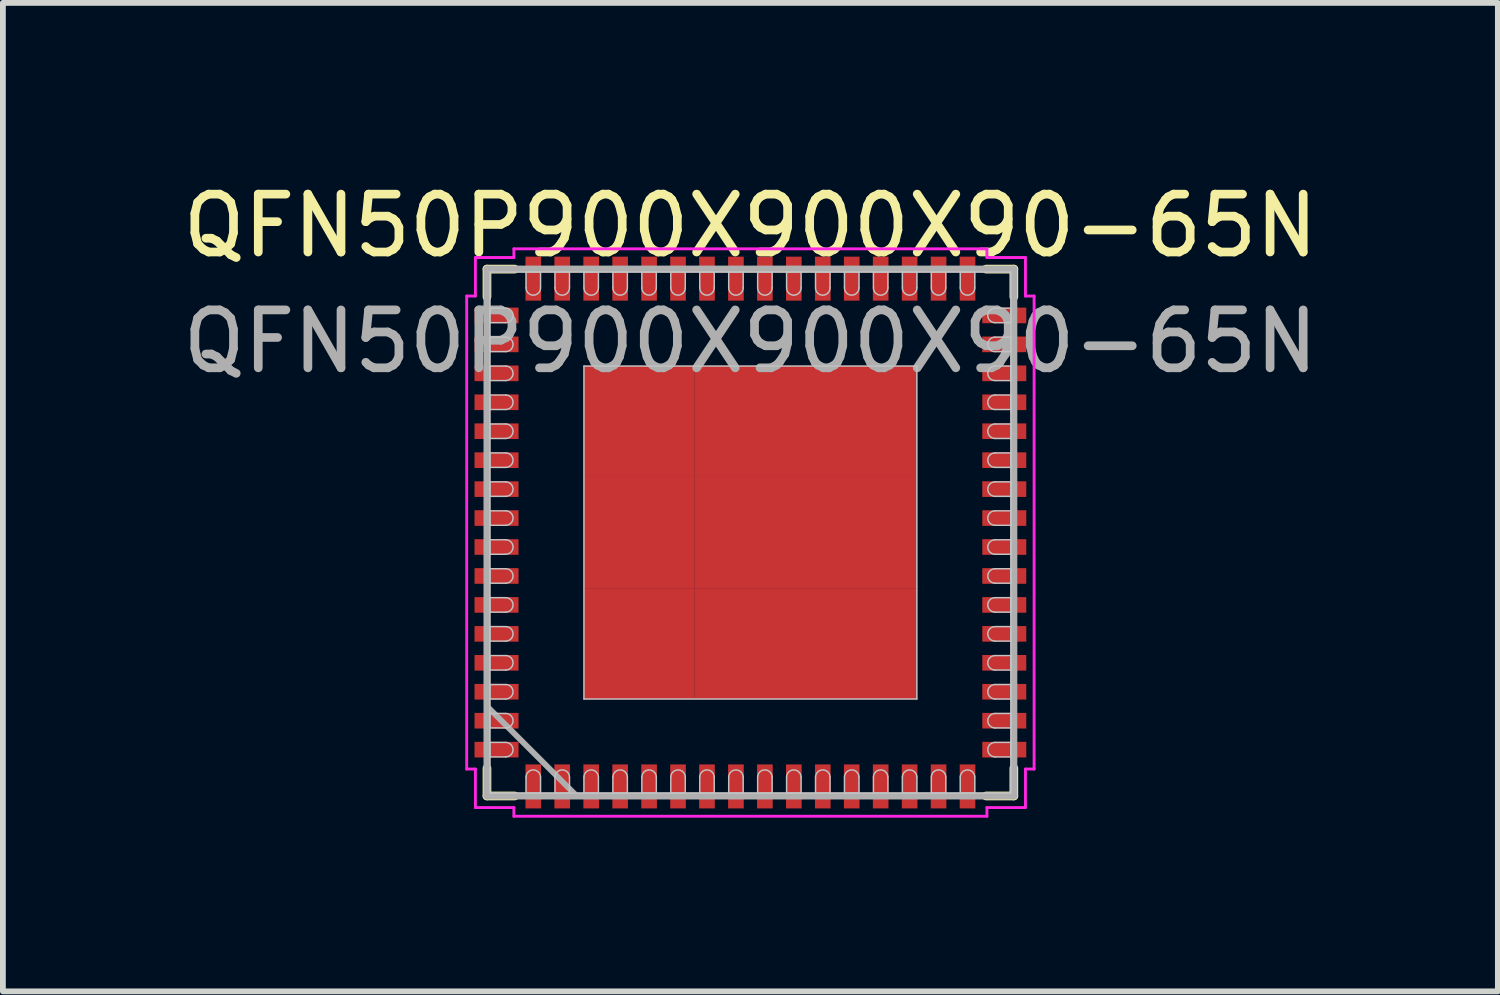
<source format=kicad_pcb>
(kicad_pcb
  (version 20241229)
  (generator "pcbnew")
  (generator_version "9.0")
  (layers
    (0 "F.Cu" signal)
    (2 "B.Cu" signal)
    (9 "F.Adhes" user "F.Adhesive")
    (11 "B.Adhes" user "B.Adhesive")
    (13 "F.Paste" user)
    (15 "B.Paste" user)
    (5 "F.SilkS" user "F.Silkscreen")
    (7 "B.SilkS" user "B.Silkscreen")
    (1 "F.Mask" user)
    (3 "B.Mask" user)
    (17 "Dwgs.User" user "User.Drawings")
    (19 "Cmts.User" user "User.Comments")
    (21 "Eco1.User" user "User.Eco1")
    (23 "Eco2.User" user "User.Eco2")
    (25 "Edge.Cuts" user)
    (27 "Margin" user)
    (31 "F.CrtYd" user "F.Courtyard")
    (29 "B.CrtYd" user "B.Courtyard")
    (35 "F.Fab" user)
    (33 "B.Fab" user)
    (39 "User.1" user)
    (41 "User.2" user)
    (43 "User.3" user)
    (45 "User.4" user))
  (footprint "QFN50P900X900X90-65N"
    (layer "F.Cu")
    (at 9.911 6.148)
    (property "Reference" "QFN50P900X900X90-65N" (at 0 -5.3 0) (layer "F.SilkS") (effects (font (size 1 1) (thickness 0.15))))
    (attr smd)
    (fp_line (start -4.55 -4.55) (end -4.55 -4.07) (stroke (width 0.15) (type solid)) (layer "F.SilkS"))
    (fp_line (start -4.55 4.55) (end -4.55 4.07) (stroke (width 0.15) (type solid)) (layer "F.SilkS"))
    (fp_line (start -4.07 -4.55) (end -4.55 -4.55) (stroke (width 0.15) (type solid)) (layer "F.SilkS"))
    (fp_line (start -4.07 4.55) (end -4.55 4.55) (stroke (width 0.15) (type solid)) (layer "F.SilkS"))
    (fp_line (start 4.07 -4.55) (end 4.55 -4.55) (stroke (width 0.15) (type solid)) (layer "F.SilkS"))
    (fp_line (start 4.07 4.55) (end 4.55 4.55) (stroke (width 0.15) (type solid)) (layer "F.SilkS"))
    (fp_line (start 4.55 -4.55) (end 4.55 -4.07) (stroke (width 0.15) (type solid)) (layer "F.SilkS"))
    (fp_line (start 4.55 4.55) (end 4.55 4.07) (stroke (width 0.15) (type solid)) (layer "F.SilkS"))
    (fp_line (start -4.5 -4.5) (end 4.5 -4.5) (stroke (width 0.025) (type solid)) (layer "Dwgs.User"))
    (fp_line (start -4.5 -3.875) (end -4.5 -3.625) (stroke (width 0.025) (type solid)) (layer "Dwgs.User"))
    (fp_line (start -4.5 -3.625) (end -4.225 -3.625) (stroke (width 0.025) (type solid)) (layer "Dwgs.User"))
    (fp_line (start -4.5 -3.375) (end -4.5 -3.125) (stroke (width 0.025) (type solid)) (layer "Dwgs.User"))
    (fp_line (start -4.5 -3.125) (end -4.225 -3.125) (stroke (width 0.025) (type solid)) (layer "Dwgs.User"))
    (fp_line (start -4.5 -2.875) (end -4.5 -2.625) (stroke (width 0.025) (type solid)) (layer "Dwgs.User"))
    (fp_line (start -4.5 -2.625) (end -4.225 -2.625) (stroke (width 0.025) (type solid)) (layer "Dwgs.User"))
    (fp_line (start -4.5 -2.375) (end -4.5 -2.125) (stroke (width 0.025) (type solid)) (layer "Dwgs.User"))
    (fp_line (start -4.5 -2.125) (end -4.225 -2.125) (stroke (width 0.025) (type solid)) (layer "Dwgs.User"))
    (fp_line (start -4.5 -1.875) (end -4.5 -1.625) (stroke (width 0.025) (type solid)) (layer "Dwgs.User"))
    (fp_line (start -4.5 -1.625) (end -4.225 -1.625) (stroke (width 0.025) (type solid)) (layer "Dwgs.User"))
    (fp_line (start -4.5 -1.375) (end -4.5 -1.125) (stroke (width 0.025) (type solid)) (layer "Dwgs.User"))
    (fp_line (start -4.5 -1.125) (end -4.225 -1.125) (stroke (width 0.025) (type solid)) (layer "Dwgs.User"))
    (fp_line (start -4.5 -0.875) (end -4.5 -0.625) (stroke (width 0.025) (type solid)) (layer "Dwgs.User"))
    (fp_line (start -4.5 -0.625) (end -4.225 -0.625) (stroke (width 0.025) (type solid)) (layer "Dwgs.User"))
    (fp_line (start -4.5 -0.375) (end -4.5 -0.125) (stroke (width 0.025) (type solid)) (layer "Dwgs.User"))
    (fp_line (start -4.5 -0.125) (end -4.225 -0.125) (stroke (width 0.025) (type solid)) (layer "Dwgs.User"))
    (fp_line (start -4.5 0.125) (end -4.5 0.375) (stroke (width 0.025) (type solid)) (layer "Dwgs.User"))
    (fp_line (start -4.5 0.375) (end -4.225 0.375) (stroke (width 0.025) (type solid)) (layer "Dwgs.User"))
    (fp_line (start -4.5 0.625) (end -4.5 0.875) (stroke (width 0.025) (type solid)) (layer "Dwgs.User"))
    (fp_line (start -4.5 0.875) (end -4.225 0.875) (stroke (width 0.025) (type solid)) (layer "Dwgs.User"))
    (fp_line (start -4.5 1.125) (end -4.5 1.375) (stroke (width 0.025) (type solid)) (layer "Dwgs.User"))
    (fp_line (start -4.5 1.375) (end -4.225 1.375) (stroke (width 0.025) (type solid)) (layer "Dwgs.User"))
    (fp_line (start -4.5 1.625) (end -4.5 1.875) (stroke (width 0.025) (type solid)) (layer "Dwgs.User"))
    (fp_line (start -4.5 1.875) (end -4.225 1.875) (stroke (width 0.025) (type solid)) (layer "Dwgs.User"))
    (fp_line (start -4.5 2.125) (end -4.5 2.375) (stroke (width 0.025) (type solid)) (layer "Dwgs.User"))
    (fp_line (start -4.5 2.375) (end -4.225 2.375) (stroke (width 0.025) (type solid)) (layer "Dwgs.User"))
    (fp_line (start -4.5 2.625) (end -4.5 2.875) (stroke (width 0.025) (type solid)) (layer "Dwgs.User"))
    (fp_line (start -4.5 2.875) (end -4.225 2.875) (stroke (width 0.025) (type solid)) (layer "Dwgs.User"))
    (fp_line (start -4.5 3.125) (end -4.5 3.375) (stroke (width 0.025) (type solid)) (layer "Dwgs.User"))
    (fp_line (start -4.5 3.375) (end -4.225 3.375) (stroke (width 0.025) (type solid)) (layer "Dwgs.User"))
    (fp_line (start -4.5 3.625) (end -4.5 3.875) (stroke (width 0.025) (type solid)) (layer "Dwgs.User"))
    (fp_line (start -4.5 3.875) (end -4.225 3.875) (stroke (width 0.025) (type solid)) (layer "Dwgs.User"))
    (fp_line (start -4.5 4.5) (end -4.5 -4.5) (stroke (width 0.025) (type solid)) (layer "Dwgs.User"))
    (fp_line (start -4.225 -3.875) (end -4.5 -3.875) (stroke (width 0.025) (type solid)) (layer "Dwgs.User"))
    (fp_line (start -4.225 -3.375) (end -4.5 -3.375) (stroke (width 0.025) (type solid)) (layer "Dwgs.User"))
    (fp_line (start -4.225 -2.875) (end -4.5 -2.875) (stroke (width 0.025) (type solid)) (layer "Dwgs.User"))
    (fp_line (start -4.225 -2.375) (end -4.5 -2.375) (stroke (width 0.025) (type solid)) (layer "Dwgs.User"))
    (fp_line (start -4.225 -1.875) (end -4.5 -1.875) (stroke (width 0.025) (type solid)) (layer "Dwgs.User"))
    (fp_line (start -4.225 -1.375) (end -4.5 -1.375) (stroke (width 0.025) (type solid)) (layer "Dwgs.User"))
    (fp_line (start -4.225 -0.875) (end -4.5 -0.875) (stroke (width 0.025) (type solid)) (layer "Dwgs.User"))
    (fp_line (start -4.225 -0.375) (end -4.5 -0.375) (stroke (width 0.025) (type solid)) (layer "Dwgs.User"))
    (fp_line (start -4.225 0.125) (end -4.5 0.125) (stroke (width 0.025) (type solid)) (layer "Dwgs.User"))
    (fp_line (start -4.225 0.625) (end -4.5 0.625) (stroke (width 0.025) (type solid)) (layer "Dwgs.User"))
    (fp_line (start -4.225 1.125) (end -4.5 1.125) (stroke (width 0.025) (type solid)) (layer "Dwgs.User"))
    (fp_line (start -4.225 1.625) (end -4.5 1.625) (stroke (width 0.025) (type solid)) (layer "Dwgs.User"))
    (fp_line (start -4.225 2.125) (end -4.5 2.125) (stroke (width 0.025) (type solid)) (layer "Dwgs.User"))
    (fp_line (start -4.225 2.625) (end -4.5 2.625) (stroke (width 0.025) (type solid)) (layer "Dwgs.User"))
    (fp_line (start -4.225 3.125) (end -4.5 3.125) (stroke (width 0.025) (type solid)) (layer "Dwgs.User"))
    (fp_line (start -4.225 3.625) (end -4.5 3.625) (stroke (width 0.025) (type solid)) (layer "Dwgs.User"))
    (fp_line (start -3.875 -4.5) (end -3.875 -4.225) (stroke (width 0.025) (type solid)) (layer "Dwgs.User"))
    (fp_line (start -3.875 4.225) (end -3.875 4.5) (stroke (width 0.025) (type solid)) (layer "Dwgs.User"))
    (fp_line (start -3.875 4.5) (end -3.625 4.5) (stroke (width 0.025) (type solid)) (layer "Dwgs.User"))
    (fp_line (start -3.625 -4.5) (end -3.875 -4.5) (stroke (width 0.025) (type solid)) (layer "Dwgs.User"))
    (fp_line (start -3.625 -4.225) (end -3.625 -4.5) (stroke (width 0.025) (type solid)) (layer "Dwgs.User"))
    (fp_line (start -3.625 4.5) (end -3.625 4.225) (stroke (width 0.025) (type solid)) (layer "Dwgs.User"))
    (fp_line (start -3.375 -4.5) (end -3.375 -4.225) (stroke (width 0.025) (type solid)) (layer "Dwgs.User"))
    (fp_line (start -3.375 4.225) (end -3.375 4.5) (stroke (width 0.025) (type solid)) (layer "Dwgs.User"))
    (fp_line (start -3.375 4.5) (end -3.125 4.5) (stroke (width 0.025) (type solid)) (layer "Dwgs.User"))
    (fp_line (start -3.125 -4.5) (end -3.375 -4.5) (stroke (width 0.025) (type solid)) (layer "Dwgs.User"))
    (fp_line (start -3.125 -4.225) (end -3.125 -4.5) (stroke (width 0.025) (type solid)) (layer "Dwgs.User"))
    (fp_line (start -3.125 4.5) (end -3.125 4.225) (stroke (width 0.025) (type solid)) (layer "Dwgs.User"))
    (fp_line (start -2.875 -4.5) (end -2.875 -4.225) (stroke (width 0.025) (type solid)) (layer "Dwgs.User"))
    (fp_line (start -2.875 -2.875) (end 2.875 -2.875) (stroke (width 0.025) (type solid)) (layer "Dwgs.User"))
    (fp_line (start -2.875 2.875) (end -2.875 -2.875) (stroke (width 0.025) (type solid)) (layer "Dwgs.User"))
    (fp_line (start -2.875 4.225) (end -2.875 4.5) (stroke (width 0.025) (type solid)) (layer "Dwgs.User"))
    (fp_line (start -2.875 4.5) (end -2.625 4.5) (stroke (width 0.025) (type solid)) (layer "Dwgs.User"))
    (fp_line (start -2.625 -4.5) (end -2.875 -4.5) (stroke (width 0.025) (type solid)) (layer "Dwgs.User"))
    (fp_line (start -2.625 -4.225) (end -2.625 -4.5) (stroke (width 0.025) (type solid)) (layer "Dwgs.User"))
    (fp_line (start -2.625 4.5) (end -2.625 4.225) (stroke (width 0.025) (type solid)) (layer "Dwgs.User"))
    (fp_line (start -2.375 -4.5) (end -2.375 -4.225) (stroke (width 0.025) (type solid)) (layer "Dwgs.User"))
    (fp_line (start -2.375 4.225) (end -2.375 4.5) (stroke (width 0.025) (type solid)) (layer "Dwgs.User"))
    (fp_line (start -2.375 4.5) (end -2.125 4.5) (stroke (width 0.025) (type solid)) (layer "Dwgs.User"))
    (fp_line (start -2.125 -4.5) (end -2.375 -4.5) (stroke (width 0.025) (type solid)) (layer "Dwgs.User"))
    (fp_line (start -2.125 -4.225) (end -2.125 -4.5) (stroke (width 0.025) (type solid)) (layer "Dwgs.User"))
    (fp_line (start -2.125 4.5) (end -2.125 4.225) (stroke (width 0.025) (type solid)) (layer "Dwgs.User"))
    (fp_line (start -1.875 -4.5) (end -1.875 -4.225) (stroke (width 0.025) (type solid)) (layer "Dwgs.User"))
    (fp_line (start -1.875 4.225) (end -1.875 4.5) (stroke (width 0.025) (type solid)) (layer "Dwgs.User"))
    (fp_line (start -1.875 4.5) (end -1.625 4.5) (stroke (width 0.025) (type solid)) (layer "Dwgs.User"))
    (fp_line (start -1.625 -4.5) (end -1.875 -4.5) (stroke (width 0.025) (type solid)) (layer "Dwgs.User"))
    (fp_line (start -1.625 -4.225) (end -1.625 -4.5) (stroke (width 0.025) (type solid)) (layer "Dwgs.User"))
    (fp_line (start -1.625 4.5) (end -1.625 4.225) (stroke (width 0.025) (type solid)) (layer "Dwgs.User"))
    (fp_line (start -1.375 -4.5) (end -1.375 -4.225) (stroke (width 0.025) (type solid)) (layer "Dwgs.User"))
    (fp_line (start -1.375 4.225) (end -1.375 4.5) (stroke (width 0.025) (type solid)) (layer "Dwgs.User"))
    (fp_line (start -1.375 4.5) (end -1.125 4.5) (stroke (width 0.025) (type solid)) (layer "Dwgs.User"))
    (fp_line (start -1.125 -4.5) (end -1.375 -4.5) (stroke (width 0.025) (type solid)) (layer "Dwgs.User"))
    (fp_line (start -1.125 -4.225) (end -1.125 -4.5) (stroke (width 0.025) (type solid)) (layer "Dwgs.User"))
    (fp_line (start -1.125 4.5) (end -1.125 4.225) (stroke (width 0.025) (type solid)) (layer "Dwgs.User"))
    (fp_line (start -0.875 -4.5) (end -0.875 -4.225) (stroke (width 0.025) (type solid)) (layer "Dwgs.User"))
    (fp_line (start -0.875 4.225) (end -0.875 4.5) (stroke (width 0.025) (type solid)) (layer "Dwgs.User"))
    (fp_line (start -0.875 4.5) (end -0.625 4.5) (stroke (width 0.025) (type solid)) (layer "Dwgs.User"))
    (fp_line (start -0.625 -4.5) (end -0.875 -4.5) (stroke (width 0.025) (type solid)) (layer "Dwgs.User"))
    (fp_line (start -0.625 -4.225) (end -0.625 -4.5) (stroke (width 0.025) (type solid)) (layer "Dwgs.User"))
    (fp_line (start -0.625 4.5) (end -0.625 4.225) (stroke (width 0.025) (type solid)) (layer "Dwgs.User"))
    (fp_line (start -0.375 -4.5) (end -0.375 -4.225) (stroke (width 0.025) (type solid)) (layer "Dwgs.User"))
    (fp_line (start -0.375 4.225) (end -0.375 4.5) (stroke (width 0.025) (type solid)) (layer "Dwgs.User"))
    (fp_line (start -0.375 4.5) (end -0.125 4.5) (stroke (width 0.025) (type solid)) (layer "Dwgs.User"))
    (fp_line (start -0.125 -4.5) (end -0.375 -4.5) (stroke (width 0.025) (type solid)) (layer "Dwgs.User"))
    (fp_line (start -0.125 -4.225) (end -0.125 -4.5) (stroke (width 0.025) (type solid)) (layer "Dwgs.User"))
    (fp_line (start -0.125 4.5) (end -0.125 4.225) (stroke (width 0.025) (type solid)) (layer "Dwgs.User"))
    (fp_line (start 0.125 -4.5) (end 0.125 -4.225) (stroke (width 0.025) (type solid)) (layer "Dwgs.User"))
    (fp_line (start 0.125 4.225) (end 0.125 4.5) (stroke (width 0.025) (type solid)) (layer "Dwgs.User"))
    (fp_line (start 0.125 4.5) (end 0.375 4.5) (stroke (width 0.025) (type solid)) (layer "Dwgs.User"))
    (fp_line (start 0.375 -4.5) (end 0.125 -4.5) (stroke (width 0.025) (type solid)) (layer "Dwgs.User"))
    (fp_line (start 0.375 -4.225) (end 0.375 -4.5) (stroke (width 0.025) (type solid)) (layer "Dwgs.User"))
    (fp_line (start 0.375 4.5) (end 0.375 4.225) (stroke (width 0.025) (type solid)) (layer "Dwgs.User"))
    (fp_line (start 0.625 -4.5) (end 0.625 -4.225) (stroke (width 0.025) (type solid)) (layer "Dwgs.User"))
    (fp_line (start 0.625 4.225) (end 0.625 4.5) (stroke (width 0.025) (type solid)) (layer "Dwgs.User"))
    (fp_line (start 0.625 4.5) (end 0.875 4.5) (stroke (width 0.025) (type solid)) (layer "Dwgs.User"))
    (fp_line (start 0.875 -4.5) (end 0.625 -4.5) (stroke (width 0.025) (type solid)) (layer "Dwgs.User"))
    (fp_line (start 0.875 -4.225) (end 0.875 -4.5) (stroke (width 0.025) (type solid)) (layer "Dwgs.User"))
    (fp_line (start 0.875 4.5) (end 0.875 4.225) (stroke (width 0.025) (type solid)) (layer "Dwgs.User"))
    (fp_line (start 1.125 -4.5) (end 1.125 -4.225) (stroke (width 0.025) (type solid)) (layer "Dwgs.User"))
    (fp_line (start 1.125 4.225) (end 1.125 4.5) (stroke (width 0.025) (type solid)) (layer "Dwgs.User"))
    (fp_line (start 1.125 4.5) (end 1.375 4.5) (stroke (width 0.025) (type solid)) (layer "Dwgs.User"))
    (fp_line (start 1.375 -4.5) (end 1.125 -4.5) (stroke (width 0.025) (type solid)) (layer "Dwgs.User"))
    (fp_line (start 1.375 -4.225) (end 1.375 -4.5) (stroke (width 0.025) (type solid)) (layer "Dwgs.User"))
    (fp_line (start 1.375 4.5) (end 1.375 4.225) (stroke (width 0.025) (type solid)) (layer "Dwgs.User"))
    (fp_line (start 1.625 -4.5) (end 1.625 -4.225) (stroke (width 0.025) (type solid)) (layer "Dwgs.User"))
    (fp_line (start 1.625 4.225) (end 1.625 4.5) (stroke (width 0.025) (type solid)) (layer "Dwgs.User"))
    (fp_line (start 1.625 4.5) (end 1.875 4.5) (stroke (width 0.025) (type solid)) (layer "Dwgs.User"))
    (fp_line (start 1.875 -4.5) (end 1.625 -4.5) (stroke (width 0.025) (type solid)) (layer "Dwgs.User"))
    (fp_line (start 1.875 -4.225) (end 1.875 -4.5) (stroke (width 0.025) (type solid)) (layer "Dwgs.User"))
    (fp_line (start 1.875 4.5) (end 1.875 4.225) (stroke (width 0.025) (type solid)) (layer "Dwgs.User"))
    (fp_line (start 2.125 -4.5) (end 2.125 -4.225) (stroke (width 0.025) (type solid)) (layer "Dwgs.User"))
    (fp_line (start 2.125 4.225) (end 2.125 4.5) (stroke (width 0.025) (type solid)) (layer "Dwgs.User"))
    (fp_line (start 2.125 4.5) (end 2.375 4.5) (stroke (width 0.025) (type solid)) (layer "Dwgs.User"))
    (fp_line (start 2.375 -4.5) (end 2.125 -4.5) (stroke (width 0.025) (type solid)) (layer "Dwgs.User"))
    (fp_line (start 2.375 -4.225) (end 2.375 -4.5) (stroke (width 0.025) (type solid)) (layer "Dwgs.User"))
    (fp_line (start 2.375 4.5) (end 2.375 4.225) (stroke (width 0.025) (type solid)) (layer "Dwgs.User"))
    (fp_line (start 2.625 -4.5) (end 2.625 -4.225) (stroke (width 0.025) (type solid)) (layer "Dwgs.User"))
    (fp_line (start 2.625 4.225) (end 2.625 4.5) (stroke (width 0.025) (type solid)) (layer "Dwgs.User"))
    (fp_line (start 2.625 4.5) (end 2.875 4.5) (stroke (width 0.025) (type solid)) (layer "Dwgs.User"))
    (fp_line (start 2.875 -4.5) (end 2.625 -4.5) (stroke (width 0.025) (type solid)) (layer "Dwgs.User"))
    (fp_line (start 2.875 -4.225) (end 2.875 -4.5) (stroke (width 0.025) (type solid)) (layer "Dwgs.User"))
    (fp_line (start 2.875 -2.875) (end 2.875 2.875) (stroke (width 0.025) (type solid)) (layer "Dwgs.User"))
    (fp_line (start 2.875 2.875) (end -2.875 2.875) (stroke (width 0.025) (type solid)) (layer "Dwgs.User"))
    (fp_line (start 2.875 4.5) (end 2.875 4.225) (stroke (width 0.025) (type solid)) (layer "Dwgs.User"))
    (fp_line (start 3.125 -4.5) (end 3.125 -4.225) (stroke (width 0.025) (type solid)) (layer "Dwgs.User"))
    (fp_line (start 3.125 4.225) (end 3.125 4.5) (stroke (width 0.025) (type solid)) (layer "Dwgs.User"))
    (fp_line (start 3.125 4.5) (end 3.375 4.5) (stroke (width 0.025) (type solid)) (layer "Dwgs.User"))
    (fp_line (start 3.375 -4.5) (end 3.125 -4.5) (stroke (width 0.025) (type solid)) (layer "Dwgs.User"))
    (fp_line (start 3.375 -4.225) (end 3.375 -4.5) (stroke (width 0.025) (type solid)) (layer "Dwgs.User"))
    (fp_line (start 3.375 4.5) (end 3.375 4.225) (stroke (width 0.025) (type solid)) (layer "Dwgs.User"))
    (fp_line (start 3.625 -4.5) (end 3.625 -4.225) (stroke (width 0.025) (type solid)) (layer "Dwgs.User"))
    (fp_line (start 3.625 4.225) (end 3.625 4.5) (stroke (width 0.025) (type solid)) (layer "Dwgs.User"))
    (fp_line (start 3.625 4.5) (end 3.875 4.5) (stroke (width 0.025) (type solid)) (layer "Dwgs.User"))
    (fp_line (start 3.875 -4.5) (end 3.625 -4.5) (stroke (width 0.025) (type solid)) (layer "Dwgs.User"))
    (fp_line (start 3.875 -4.225) (end 3.875 -4.5) (stroke (width 0.025) (type solid)) (layer "Dwgs.User"))
    (fp_line (start 3.875 4.5) (end 3.875 4.225) (stroke (width 0.025) (type solid)) (layer "Dwgs.User"))
    (fp_line (start 4.225 -3.625) (end 4.5 -3.625) (stroke (width 0.025) (type solid)) (layer "Dwgs.User"))
    (fp_line (start 4.225 -3.125) (end 4.5 -3.125) (stroke (width 0.025) (type solid)) (layer "Dwgs.User"))
    (fp_line (start 4.225 -2.625) (end 4.5 -2.625) (stroke (width 0.025) (type solid)) (layer "Dwgs.User"))
    (fp_line (start 4.225 -2.125) (end 4.5 -2.125) (stroke (width 0.025) (type solid)) (layer "Dwgs.User"))
    (fp_line (start 4.225 -1.625) (end 4.5 -1.625) (stroke (width 0.025) (type solid)) (layer "Dwgs.User"))
    (fp_line (start 4.225 -1.125) (end 4.5 -1.125) (stroke (width 0.025) (type solid)) (layer "Dwgs.User"))
    (fp_line (start 4.225 -0.625) (end 4.5 -0.625) (stroke (width 0.025) (type solid)) (layer "Dwgs.User"))
    (fp_line (start 4.225 -0.125) (end 4.5 -0.125) (stroke (width 0.025) (type solid)) (layer "Dwgs.User"))
    (fp_line (start 4.225 0.375) (end 4.5 0.375) (stroke (width 0.025) (type solid)) (layer "Dwgs.User"))
    (fp_line (start 4.225 0.875) (end 4.5 0.875) (stroke (width 0.025) (type solid)) (layer "Dwgs.User"))
    (fp_line (start 4.225 1.375) (end 4.5 1.375) (stroke (width 0.025) (type solid)) (layer "Dwgs.User"))
    (fp_line (start 4.225 1.875) (end 4.5 1.875) (stroke (width 0.025) (type solid)) (layer "Dwgs.User"))
    (fp_line (start 4.225 2.375) (end 4.5 2.375) (stroke (width 0.025) (type solid)) (layer "Dwgs.User"))
    (fp_line (start 4.225 2.875) (end 4.5 2.875) (stroke (width 0.025) (type solid)) (layer "Dwgs.User"))
    (fp_line (start 4.225 3.375) (end 4.5 3.375) (stroke (width 0.025) (type solid)) (layer "Dwgs.User"))
    (fp_line (start 4.225 3.875) (end 4.5 3.875) (stroke (width 0.025) (type solid)) (layer "Dwgs.User"))
    (fp_line (start 4.5 -4.5) (end 4.5 4.5) (stroke (width 0.025) (type solid)) (layer "Dwgs.User"))
    (fp_line (start 4.5 -3.875) (end 4.225 -3.875) (stroke (width 0.025) (type solid)) (layer "Dwgs.User"))
    (fp_line (start 4.5 -3.625) (end 4.5 -3.875) (stroke (width 0.025) (type solid)) (layer "Dwgs.User"))
    (fp_line (start 4.5 -3.375) (end 4.225 -3.375) (stroke (width 0.025) (type solid)) (layer "Dwgs.User"))
    (fp_line (start 4.5 -3.125) (end 4.5 -3.375) (stroke (width 0.025) (type solid)) (layer "Dwgs.User"))
    (fp_line (start 4.5 -2.875) (end 4.225 -2.875) (stroke (width 0.025) (type solid)) (layer "Dwgs.User"))
    (fp_line (start 4.5 -2.625) (end 4.5 -2.875) (stroke (width 0.025) (type solid)) (layer "Dwgs.User"))
    (fp_line (start 4.5 -2.375) (end 4.225 -2.375) (stroke (width 0.025) (type solid)) (layer "Dwgs.User"))
    (fp_line (start 4.5 -2.125) (end 4.5 -2.375) (stroke (width 0.025) (type solid)) (layer "Dwgs.User"))
    (fp_line (start 4.5 -1.875) (end 4.225 -1.875) (stroke (width 0.025) (type solid)) (layer "Dwgs.User"))
    (fp_line (start 4.5 -1.625) (end 4.5 -1.875) (stroke (width 0.025) (type solid)) (layer "Dwgs.User"))
    (fp_line (start 4.5 -1.375) (end 4.225 -1.375) (stroke (width 0.025) (type solid)) (layer "Dwgs.User"))
    (fp_line (start 4.5 -1.125) (end 4.5 -1.375) (stroke (width 0.025) (type solid)) (layer "Dwgs.User"))
    (fp_line (start 4.5 -0.875) (end 4.225 -0.875) (stroke (width 0.025) (type solid)) (layer "Dwgs.User"))
    (fp_line (start 4.5 -0.625) (end 4.5 -0.875) (stroke (width 0.025) (type solid)) (layer "Dwgs.User"))
    (fp_line (start 4.5 -0.375) (end 4.225 -0.375) (stroke (width 0.025) (type solid)) (layer "Dwgs.User"))
    (fp_line (start 4.5 -0.125) (end 4.5 -0.375) (stroke (width 0.025) (type solid)) (layer "Dwgs.User"))
    (fp_line (start 4.5 0.125) (end 4.225 0.125) (stroke (width 0.025) (type solid)) (layer "Dwgs.User"))
    (fp_line (start 4.5 0.375) (end 4.5 0.125) (stroke (width 0.025) (type solid)) (layer "Dwgs.User"))
    (fp_line (start 4.5 0.625) (end 4.225 0.625) (stroke (width 0.025) (type solid)) (layer "Dwgs.User"))
    (fp_line (start 4.5 0.875) (end 4.5 0.625) (stroke (width 0.025) (type solid)) (layer "Dwgs.User"))
    (fp_line (start 4.5 1.125) (end 4.225 1.125) (stroke (width 0.025) (type solid)) (layer "Dwgs.User"))
    (fp_line (start 4.5 1.375) (end 4.5 1.125) (stroke (width 0.025) (type solid)) (layer "Dwgs.User"))
    (fp_line (start 4.5 1.625) (end 4.225 1.625) (stroke (width 0.025) (type solid)) (layer "Dwgs.User"))
    (fp_line (start 4.5 1.875) (end 4.5 1.625) (stroke (width 0.025) (type solid)) (layer "Dwgs.User"))
    (fp_line (start 4.5 2.125) (end 4.225 2.125) (stroke (width 0.025) (type solid)) (layer "Dwgs.User"))
    (fp_line (start 4.5 2.375) (end 4.5 2.125) (stroke (width 0.025) (type solid)) (layer "Dwgs.User"))
    (fp_line (start 4.5 2.625) (end 4.225 2.625) (stroke (width 0.025) (type solid)) (layer "Dwgs.User"))
    (fp_line (start 4.5 2.875) (end 4.5 2.625) (stroke (width 0.025) (type solid)) (layer "Dwgs.User"))
    (fp_line (start 4.5 3.125) (end 4.225 3.125) (stroke (width 0.025) (type solid)) (layer "Dwgs.User"))
    (fp_line (start 4.5 3.375) (end 4.5 3.125) (stroke (width 0.025) (type solid)) (layer "Dwgs.User"))
    (fp_line (start 4.5 3.625) (end 4.225 3.625) (stroke (width 0.025) (type solid)) (layer "Dwgs.User"))
    (fp_line (start 4.5 3.875) (end 4.5 3.625) (stroke (width 0.025) (type solid)) (layer "Dwgs.User"))
    (fp_line (start 4.5 4.5) (end -4.5 4.5) (stroke (width 0.025) (type solid)) (layer "Dwgs.User"))
    (fp_arc (start -4.225 -3.875) (mid -4.1 -3.75) (end -4.225 -3.625) (stroke (width 0.025) (type solid)) (layer "Dwgs.User"))
    (fp_arc (start -4.225 -3.375) (mid -4.1 -3.25) (end -4.225 -3.125) (stroke (width 0.025) (type solid)) (layer "Dwgs.User"))
    (fp_arc (start -4.225 -2.875) (mid -4.1 -2.75) (end -4.225 -2.625) (stroke (width 0.025) (type solid)) (layer "Dwgs.User"))
    (fp_arc (start -4.225 -2.375) (mid -4.1 -2.25) (end -4.225 -2.125) (stroke (width 0.025) (type solid)) (layer "Dwgs.User"))
    (fp_arc (start -4.225 -1.875) (mid -4.1 -1.75) (end -4.225 -1.625) (stroke (width 0.025) (type solid)) (layer "Dwgs.User"))
    (fp_arc (start -4.225 -1.375) (mid -4.1 -1.25) (end -4.225 -1.125) (stroke (width 0.025) (type solid)) (layer "Dwgs.User"))
    (fp_arc (start -4.225 -0.875) (mid -4.1 -0.75) (end -4.225 -0.625) (stroke (width 0.025) (type solid)) (layer "Dwgs.User"))
    (fp_arc (start -4.225 -0.375) (mid -4.1 -0.25) (end -4.225 -0.125) (stroke (width 0.025) (type solid)) (layer "Dwgs.User"))
    (fp_arc (start -4.225 0.125) (mid -4.1 0.25) (end -4.225 0.375) (stroke (width 0.025) (type solid)) (layer "Dwgs.User"))
    (fp_arc (start -4.225 0.625) (mid -4.1 0.75) (end -4.225 0.875) (stroke (width 0.025) (type solid)) (layer "Dwgs.User"))
    (fp_arc (start -4.225 1.125) (mid -4.1 1.25) (end -4.225 1.375) (stroke (width 0.025) (type solid)) (layer "Dwgs.User"))
    (fp_arc (start -4.225 1.625) (mid -4.1 1.75) (end -4.225 1.875) (stroke (width 0.025) (type solid)) (layer "Dwgs.User"))
    (fp_arc (start -4.225 2.125) (mid -4.1 2.25) (end -4.225 2.375) (stroke (width 0.025) (type solid)) (layer "Dwgs.User"))
    (fp_arc (start -4.225 2.625) (mid -4.1 2.75) (end -4.225 2.875) (stroke (width 0.025) (type solid)) (layer "Dwgs.User"))
    (fp_arc (start -4.225 3.125) (mid -4.1 3.25) (end -4.225 3.375) (stroke (width 0.025) (type solid)) (layer "Dwgs.User"))
    (fp_arc (start -4.225 3.625) (mid -4.1 3.75) (end -4.225 3.875) (stroke (width 0.025) (type solid)) (layer "Dwgs.User"))
    (fp_arc (start -3.875 4.225) (mid -3.75 4.1) (end -3.625 4.225) (stroke (width 0.025) (type solid)) (layer "Dwgs.User"))
    (fp_arc (start -3.625 -4.225) (mid -3.75 -4.1) (end -3.875 -4.225) (stroke (width 0.025) (type solid)) (layer "Dwgs.User"))
    (fp_arc (start -3.375 4.225) (mid -3.25 4.1) (end -3.125 4.225) (stroke (width 0.025) (type solid)) (layer "Dwgs.User"))
    (fp_arc (start -3.125 -4.225) (mid -3.25 -4.1) (end -3.375 -4.225) (stroke (width 0.025) (type solid)) (layer "Dwgs.User"))
    (fp_arc (start -2.875 4.225) (mid -2.75 4.1) (end -2.625 4.225) (stroke (width 0.025) (type solid)) (layer "Dwgs.User"))
    (fp_arc (start -2.625 -4.225) (mid -2.75 -4.1) (end -2.875 -4.225) (stroke (width 0.025) (type solid)) (layer "Dwgs.User"))
    (fp_arc (start -2.375 4.225) (mid -2.25 4.1) (end -2.125 4.225) (stroke (width 0.025) (type solid)) (layer "Dwgs.User"))
    (fp_arc (start -2.125 -4.225) (mid -2.25 -4.1) (end -2.375 -4.225) (stroke (width 0.025) (type solid)) (layer "Dwgs.User"))
    (fp_arc (start -1.875 4.225) (mid -1.75 4.1) (end -1.625 4.225) (stroke (width 0.025) (type solid)) (layer "Dwgs.User"))
    (fp_arc (start -1.625 -4.225) (mid -1.75 -4.1) (end -1.875 -4.225) (stroke (width 0.025) (type solid)) (layer "Dwgs.User"))
    (fp_arc (start -1.375 4.225) (mid -1.25 4.1) (end -1.125 4.225) (stroke (width 0.025) (type solid)) (layer "Dwgs.User"))
    (fp_arc (start -1.125 -4.225) (mid -1.25 -4.1) (end -1.375 -4.225) (stroke (width 0.025) (type solid)) (layer "Dwgs.User"))
    (fp_arc (start -0.875 4.225) (mid -0.75 4.1) (end -0.625 4.225) (stroke (width 0.025) (type solid)) (layer "Dwgs.User"))
    (fp_arc (start -0.625 -4.225) (mid -0.75 -4.1) (end -0.875 -4.225) (stroke (width 0.025) (type solid)) (layer "Dwgs.User"))
    (fp_arc (start -0.375 4.225) (mid -0.25 4.1) (end -0.125 4.225) (stroke (width 0.025) (type solid)) (layer "Dwgs.User"))
    (fp_arc (start -0.125 -4.225) (mid -0.25 -4.1) (end -0.375 -4.225) (stroke (width 0.025) (type solid)) (layer "Dwgs.User"))
    (fp_arc (start 0.125 4.225) (mid 0.25 4.1) (end 0.375 4.225) (stroke (width 0.025) (type solid)) (layer "Dwgs.User"))
    (fp_arc (start 0.375 -4.225) (mid 0.25 -4.1) (end 0.125 -4.225) (stroke (width 0.025) (type solid)) (layer "Dwgs.User"))
    (fp_arc (start 0.625 4.225) (mid 0.75 4.1) (end 0.875 4.225) (stroke (width 0.025) (type solid)) (layer "Dwgs.User"))
    (fp_arc (start 0.875 -4.225) (mid 0.75 -4.1) (end 0.625 -4.225) (stroke (width 0.025) (type solid)) (layer "Dwgs.User"))
    (fp_arc (start 1.125 4.225) (mid 1.25 4.1) (end 1.375 4.225) (stroke (width 0.025) (type solid)) (layer "Dwgs.User"))
    (fp_arc (start 1.375 -4.225) (mid 1.25 -4.1) (end 1.125 -4.225) (stroke (width 0.025) (type solid)) (layer "Dwgs.User"))
    (fp_arc (start 1.625 4.225) (mid 1.75 4.1) (end 1.875 4.225) (stroke (width 0.025) (type solid)) (layer "Dwgs.User"))
    (fp_arc (start 1.875 -4.225) (mid 1.75 -4.1) (end 1.625 -4.225) (stroke (width 0.025) (type solid)) (layer "Dwgs.User"))
    (fp_arc (start 2.125 4.225) (mid 2.25 4.1) (end 2.375 4.225) (stroke (width 0.025) (type solid)) (layer "Dwgs.User"))
    (fp_arc (start 2.375 -4.225) (mid 2.25 -4.1) (end 2.125 -4.225) (stroke (width 0.025) (type solid)) (layer "Dwgs.User"))
    (fp_arc (start 2.625 4.225) (mid 2.75 4.1) (end 2.875 4.225) (stroke (width 0.025) (type solid)) (layer "Dwgs.User"))
    (fp_arc (start 2.875 -4.225) (mid 2.75 -4.1) (end 2.625 -4.225) (stroke (width 0.025) (type solid)) (layer "Dwgs.User"))
    (fp_arc (start 3.125 4.225) (mid 3.25 4.1) (end 3.375 4.225) (stroke (width 0.025) (type solid)) (layer "Dwgs.User"))
    (fp_arc (start 3.375 -4.225) (mid 3.25 -4.1) (end 3.125 -4.225) (stroke (width 0.025) (type solid)) (layer "Dwgs.User"))
    (fp_arc (start 3.625 4.225) (mid 3.75 4.1) (end 3.875 4.225) (stroke (width 0.025) (type solid)) (layer "Dwgs.User"))
    (fp_arc (start 3.875 -4.225) (mid 3.75 -4.1) (end 3.625 -4.225) (stroke (width 0.025) (type solid)) (layer "Dwgs.User"))
    (fp_arc (start 4.225 -3.625) (mid 4.1 -3.75) (end 4.225 -3.875) (stroke (width 0.025) (type solid)) (layer "Dwgs.User"))
    (fp_arc (start 4.225 -3.125) (mid 4.1 -3.25) (end 4.225 -3.375) (stroke (width 0.025) (type solid)) (layer "Dwgs.User"))
    (fp_arc (start 4.225 -2.625) (mid 4.1 -2.75) (end 4.225 -2.875) (stroke (width 0.025) (type solid)) (layer "Dwgs.User"))
    (fp_arc (start 4.225 -2.125) (mid 4.1 -2.25) (end 4.225 -2.375) (stroke (width 0.025) (type solid)) (layer "Dwgs.User"))
    (fp_arc (start 4.225 -1.625) (mid 4.1 -1.75) (end 4.225 -1.875) (stroke (width 0.025) (type solid)) (layer "Dwgs.User"))
    (fp_arc (start 4.225 -1.125) (mid 4.1 -1.25) (end 4.225 -1.375) (stroke (width 0.025) (type solid)) (layer "Dwgs.User"))
    (fp_arc (start 4.225 -0.625) (mid 4.1 -0.75) (end 4.225 -0.875) (stroke (width 0.025) (type solid)) (layer "Dwgs.User"))
    (fp_arc (start 4.225 -0.125) (mid 4.1 -0.25) (end 4.225 -0.375) (stroke (width 0.025) (type solid)) (layer "Dwgs.User"))
    (fp_arc (start 4.225 0.375) (mid 4.1 0.25) (end 4.225 0.125) (stroke (width 0.025) (type solid)) (layer "Dwgs.User"))
    (fp_arc (start 4.225 0.875) (mid 4.1 0.75) (end 4.225 0.625) (stroke (width 0.025) (type solid)) (layer "Dwgs.User"))
    (fp_arc (start 4.225 1.375) (mid 4.1 1.25) (end 4.225 1.125) (stroke (width 0.025) (type solid)) (layer "Dwgs.User"))
    (fp_arc (start 4.225 1.875) (mid 4.1 1.75) (end 4.225 1.625) (stroke (width 0.025) (type solid)) (layer "Dwgs.User"))
    (fp_arc (start 4.225 2.375) (mid 4.1 2.25) (end 4.225 2.125) (stroke (width 0.025) (type solid)) (layer "Dwgs.User"))
    (fp_arc (start 4.225 2.875) (mid 4.1 2.75) (end 4.225 2.625) (stroke (width 0.025) (type solid)) (layer "Dwgs.User"))
    (fp_arc (start 4.225 3.375) (mid 4.1 3.25) (end 4.225 3.125) (stroke (width 0.025) (type solid)) (layer "Dwgs.User"))
    (fp_arc (start 4.225 3.875) (mid 4.1 3.75) (end 4.225 3.625) (stroke (width 0.025) (type solid)) (layer "Dwgs.User"))
    (fp_line (start -4.9 -4.085) (end -4.9 4.085) (stroke (width 0.05) (type solid)) (layer "F.CrtYd"))
    (fp_line (start -4.9 4.085) (end -4.75 4.085) (stroke (width 0.05) (type solid)) (layer "F.CrtYd"))
    (fp_line (start -4.75 -4.75) (end -4.75 -4.085) (stroke (width 0.05) (type solid)) (layer "F.CrtYd"))
    (fp_line (start -4.75 -4.085) (end -4.9 -4.085) (stroke (width 0.05) (type solid)) (layer "F.CrtYd"))
    (fp_line (start -4.75 4.085) (end -4.75 4.75) (stroke (width 0.05) (type solid)) (layer "F.CrtYd"))
    (fp_line (start -4.75 4.75) (end -4.085 4.75) (stroke (width 0.05) (type solid)) (layer "F.CrtYd"))
    (fp_line (start -4.085 -4.9) (end -4.085 -4.75) (stroke (width 0.05) (type solid)) (layer "F.CrtYd"))
    (fp_line (start -4.085 -4.75) (end -4.75 -4.75) (stroke (width 0.05) (type solid)) (layer "F.CrtYd"))
    (fp_line (start -4.085 4.75) (end -4.085 4.9) (stroke (width 0.05) (type solid)) (layer "F.CrtYd"))
    (fp_line (start -4.085 4.9) (end 4.085 4.9) (stroke (width 0.05) (type solid)) (layer "F.CrtYd"))
    (fp_line (start 4.085 -4.9) (end -4.085 -4.9) (stroke (width 0.05) (type solid)) (layer "F.CrtYd"))
    (fp_line (start 4.085 -4.75) (end 4.085 -4.9) (stroke (width 0.05) (type solid)) (layer "F.CrtYd"))
    (fp_line (start 4.085 4.75) (end 4.75 4.75) (stroke (width 0.05) (type solid)) (layer "F.CrtYd"))
    (fp_line (start 4.085 4.9) (end 4.085 4.75) (stroke (width 0.05) (type solid)) (layer "F.CrtYd"))
    (fp_line (start 4.75 -4.75) (end 4.085 -4.75) (stroke (width 0.05) (type solid)) (layer "F.CrtYd"))
    (fp_line (start 4.75 -4.085) (end 4.75 -4.75) (stroke (width 0.05) (type solid)) (layer "F.CrtYd"))
    (fp_line (start 4.75 4.085) (end 4.9 4.085) (stroke (width 0.05) (type solid)) (layer "F.CrtYd"))
    (fp_line (start 4.75 4.75) (end 4.75 4.085) (stroke (width 0.05) (type solid)) (layer "F.CrtYd"))
    (fp_line (start 4.9 -4.085) (end 4.75 -4.085) (stroke (width 0.05) (type solid)) (layer "F.CrtYd"))
    (fp_line (start 4.9 4.085) (end 4.9 -4.085) (stroke (width 0.05) (type solid)) (layer "F.CrtYd"))
    (fp_line (start -4.55 -4.55) (end 4.55 -4.55) (stroke (width 0.12) (type solid)) (layer "F.Fab"))
    (fp_line (start -4.55 4.55) (end -4.55 -4.55) (stroke (width 0.12) (type solid)) (layer "F.Fab"))
    (fp_line (start 4.55 -4.55) (end 4.55 4.55) (stroke (width 0.12) (type solid)) (layer "F.Fab"))
    (fp_line (start 4.55 4.55) (end -4.55 4.55) (stroke (width 0.12) (type solid)) (layer "F.Fab"))
    (fp_poly (pts (xy -3 4.55) (xy -4.55 4.55) (xy -4.55 3)) (stroke (width 0.1) (type solid)) (fill no) (layer "F.Fab"))
    (fp_text user "${REFERENCE}" (at 0 -3.3 0) (layer "F.Fab") (effects (font (size 1 1) (thickness 0.15))))
    (pad "" smd roundrect (at -1.92 -1.92 90) (size 1.36 1.36) (layers "F.Paste") (roundrect_rratio 0.25))
    (pad "" smd roundrect (at -1.92 0 90) (size 1.36 1.36) (layers "F.Paste") (roundrect_rratio 0.25))
    (pad "" smd roundrect (at -1.92 1.92 90) (size 1.36 1.36) (layers "F.Paste") (roundrect_rratio 0.25))
    (pad "" smd roundrect (at 0 -1.92 90) (size 1.36 1.36) (layers "F.Paste") (roundrect_rratio 0.25))
    (pad "" smd roundrect (at 0 0 90) (size 1.36 1.36) (layers "F.Paste") (roundrect_rratio 0.25))
    (pad "" smd roundrect (at 0 1.92 90) (size 1.36 1.36) (layers "F.Paste") (roundrect_rratio 0.25))
    (pad "" smd roundrect (at 1.92 -1.92 90) (size 1.36 1.36) (layers "F.Paste") (roundrect_rratio 0.25))
    (pad "" smd roundrect (at 1.92 0 90) (size 1.36 1.36) (layers "F.Paste") (roundrect_rratio 0.25))
    (pad "" smd roundrect (at 1.92 1.92 90) (size 1.36 1.36) (layers "F.Paste") (roundrect_rratio 0.25))
    (pad "1" smd rect (at -3.75 4.385 90) (size 0.76 0.27) (layers "F.Cu" "F.Mask" "F.Paste"))
    (pad "2" smd rect (at -3.25 4.385 90) (size 0.76 0.27) (layers "F.Cu" "F.Mask" "F.Paste"))
    (pad "3" smd rect (at -2.75 4.385 90) (size 0.76 0.27) (layers "F.Cu" "F.Mask" "F.Paste"))
    (pad "4" smd rect (at -2.25 4.385 90) (size 0.76 0.27) (layers "F.Cu" "F.Mask" "F.Paste"))
    (pad "5" smd rect (at -1.75 4.385 90) (size 0.76 0.27) (layers "F.Cu" "F.Mask" "F.Paste"))
    (pad "6" smd rect (at -1.25 4.385 90) (size 0.76 0.27) (layers "F.Cu" "F.Mask" "F.Paste"))
    (pad "7" smd rect (at -0.75 4.385 90) (size 0.76 0.27) (layers "F.Cu" "F.Mask" "F.Paste"))
    (pad "8" smd rect (at -0.25 4.385 90) (size 0.76 0.27) (layers "F.Cu" "F.Mask" "F.Paste"))
    (pad "9" smd rect (at 0.25 4.385 90) (size 0.76 0.27) (layers "F.Cu" "F.Mask" "F.Paste"))
    (pad "10" smd rect (at 0.75 4.385 90) (size 0.76 0.27) (layers "F.Cu" "F.Mask" "F.Paste"))
    (pad "11" smd rect (at 1.25 4.385 90) (size 0.76 0.27) (layers "F.Cu" "F.Mask" "F.Paste"))
    (pad "12" smd rect (at 1.75 4.385 90) (size 0.76 0.27) (layers "F.Cu" "F.Mask" "F.Paste"))
    (pad "13" smd rect (at 2.25 4.385 90) (size 0.76 0.27) (layers "F.Cu" "F.Mask" "F.Paste"))
    (pad "14" smd rect (at 2.75 4.385 90) (size 0.76 0.27) (layers "F.Cu" "F.Mask" "F.Paste"))
    (pad "15" smd rect (at 3.25 4.385 90) (size 0.76 0.27) (layers "F.Cu" "F.Mask" "F.Paste"))
    (pad "16" smd rect (at 3.75 4.385 90) (size 0.76 0.27) (layers "F.Cu" "F.Mask" "F.Paste"))
    (pad "17" smd rect (at 4.385 3.75) (size 0.76 0.27) (layers "F.Cu" "F.Mask" "F.Paste"))
    (pad "18" smd rect (at 4.385 3.25) (size 0.76 0.27) (layers "F.Cu" "F.Mask" "F.Paste"))
    (pad "19" smd rect (at 4.385 2.75) (size 0.76 0.27) (layers "F.Cu" "F.Mask" "F.Paste"))
    (pad "20" smd rect (at 4.385 2.25) (size 0.76 0.27) (layers "F.Cu" "F.Mask" "F.Paste"))
    (pad "21" smd rect (at 4.385 1.75) (size 0.76 0.27) (layers "F.Cu" "F.Mask" "F.Paste"))
    (pad "22" smd rect (at 4.385 1.25) (size 0.76 0.27) (layers "F.Cu" "F.Mask" "F.Paste"))
    (pad "23" smd rect (at 4.385 0.75) (size 0.76 0.27) (layers "F.Cu" "F.Mask" "F.Paste"))
    (pad "24" smd rect (at 4.385 0.25) (size 0.76 0.27) (layers "F.Cu" "F.Mask" "F.Paste"))
    (pad "25" smd rect (at 4.385 -0.25) (size 0.76 0.27) (layers "F.Cu" "F.Mask" "F.Paste"))
    (pad "26" smd rect (at 4.385 -0.75) (size 0.76 0.27) (layers "F.Cu" "F.Mask" "F.Paste"))
    (pad "27" smd rect (at 4.385 -1.25) (size 0.76 0.27) (layers "F.Cu" "F.Mask" "F.Paste"))
    (pad "28" smd rect (at 4.385 -1.75) (size 0.76 0.27) (layers "F.Cu" "F.Mask" "F.Paste"))
    (pad "29" smd rect (at 4.385 -2.25) (size 0.76 0.27) (layers "F.Cu" "F.Mask" "F.Paste"))
    (pad "30" smd rect (at 4.385 -2.75) (size 0.76 0.27) (layers "F.Cu" "F.Mask" "F.Paste"))
    (pad "31" smd rect (at 4.385 -3.25) (size 0.76 0.27) (layers "F.Cu" "F.Mask" "F.Paste"))
    (pad "32" smd rect (at 4.385 -3.75) (size 0.76 0.27) (layers "F.Cu" "F.Mask" "F.Paste"))
    (pad "33" smd rect (at 3.75 -4.385 90) (size 0.76 0.27) (layers "F.Cu" "F.Mask" "F.Paste"))
    (pad "34" smd rect (at 3.25 -4.385 90) (size 0.76 0.27) (layers "F.Cu" "F.Mask" "F.Paste"))
    (pad "35" smd rect (at 2.75 -4.385 90) (size 0.76 0.27) (layers "F.Cu" "F.Mask" "F.Paste"))
    (pad "36" smd rect (at 2.25 -4.385 90) (size 0.76 0.27) (layers "F.Cu" "F.Mask" "F.Paste"))
    (pad "37" smd rect (at 1.75 -4.385 90) (size 0.76 0.27) (layers "F.Cu" "F.Mask" "F.Paste"))
    (pad "38" smd rect (at 1.25 -4.385 90) (size 0.76 0.27) (layers "F.Cu" "F.Mask" "F.Paste"))
    (pad "39" smd rect (at 0.75 -4.385 90) (size 0.76 0.27) (layers "F.Cu" "F.Mask" "F.Paste"))
    (pad "40" smd rect (at 0.25 -4.385 90) (size 0.76 0.27) (layers "F.Cu" "F.Mask" "F.Paste"))
    (pad "41" smd rect (at -0.25 -4.385 90) (size 0.76 0.27) (layers "F.Cu" "F.Mask" "F.Paste"))
    (pad "42" smd rect (at -0.75 -4.385 90) (size 0.76 0.27) (layers "F.Cu" "F.Mask" "F.Paste"))
    (pad "43" smd rect (at -1.25 -4.385 90) (size 0.76 0.27) (layers "F.Cu" "F.Mask" "F.Paste"))
    (pad "44" smd rect (at -1.75 -4.385 90) (size 0.76 0.27) (layers "F.Cu" "F.Mask" "F.Paste"))
    (pad "45" smd rect (at -2.25 -4.385 90) (size 0.76 0.27) (layers "F.Cu" "F.Mask" "F.Paste"))
    (pad "46" smd rect (at -2.75 -4.385 90) (size 0.76 0.27) (layers "F.Cu" "F.Mask" "F.Paste"))
    (pad "47" smd rect (at -3.25 -4.385 90) (size 0.76 0.27) (layers "F.Cu" "F.Mask" "F.Paste"))
    (pad "48" smd rect (at -3.75 -4.385 90) (size 0.76 0.27) (layers "F.Cu" "F.Mask" "F.Paste"))
    (pad "49" smd rect (at -4.385 -3.75) (size 0.76 0.27) (layers "F.Cu" "F.Mask" "F.Paste"))
    (pad "50" smd rect (at -4.385 -3.25) (size 0.76 0.27) (layers "F.Cu" "F.Mask" "F.Paste"))
    (pad "51" smd rect (at -4.385 -2.75) (size 0.76 0.27) (layers "F.Cu" "F.Mask" "F.Paste"))
    (pad "52" smd rect (at -4.385 -2.25) (size 0.76 0.27) (layers "F.Cu" "F.Mask" "F.Paste"))
    (pad "53" smd rect (at -4.385 -1.75) (size 0.76 0.27) (layers "F.Cu" "F.Mask" "F.Paste"))
    (pad "54" smd rect (at -4.385 -1.25) (size 0.76 0.27) (layers "F.Cu" "F.Mask" "F.Paste"))
    (pad "55" smd rect (at -4.385 -0.75) (size 0.76 0.27) (layers "F.Cu" "F.Mask" "F.Paste"))
    (pad "56" smd rect (at -4.385 -0.25) (size 0.76 0.27) (layers "F.Cu" "F.Mask" "F.Paste"))
    (pad "57" smd rect (at -4.385 0.25) (size 0.76 0.27) (layers "F.Cu" "F.Mask" "F.Paste"))
    (pad "58" smd rect (at -4.385 0.75) (size 0.76 0.27) (layers "F.Cu" "F.Mask" "F.Paste"))
    (pad "59" smd rect (at -4.385 1.25) (size 0.76 0.27) (layers "F.Cu" "F.Mask" "F.Paste"))
    (pad "60" smd rect (at -4.385 1.75) (size 0.76 0.27) (layers "F.Cu" "F.Mask" "F.Paste"))
    (pad "61" smd rect (at -4.385 2.25) (size 0.76 0.27) (layers "F.Cu" "F.Mask" "F.Paste"))
    (pad "62" smd rect (at -4.385 2.75) (size 0.76 0.27) (layers "F.Cu" "F.Mask" "F.Paste"))
    (pad "63" smd rect (at -4.385 3.25) (size 0.76 0.27) (layers "F.Cu" "F.Mask" "F.Paste"))
    (pad "64" smd rect (at -4.385 3.75) (size 0.76 0.27) (layers "F.Cu" "F.Mask" "F.Paste"))
    (pad "65" smd rect (at -1.92 -1.92) (size 1.92 1.92) (layers "F.Cu" "F.Mask" "F.Paste"))
    (pad "65" smd rect (at -1.92 0) (size 1.92 1.92) (layers "F.Cu" "F.Mask" "F.Paste"))
    (pad "65" smd rect (at -1.92 1.92) (size 1.92 1.92) (layers "F.Cu" "F.Mask" "F.Paste"))
    (pad "65" smd rect (at 0 -1.92) (size 1.92 1.92) (layers "F.Cu" "F.Mask" "F.Paste"))
    (pad "65" smd rect (at 0 0) (size 1.92 1.92) (layers "F.Cu" "F.Mask" "F.Paste"))
    (pad "65" smd rect (at 0 1.92) (size 1.92 1.92) (layers "F.Cu" "F.Mask" "F.Paste"))
    (pad "65" smd rect (at 1.92 -1.92) (size 1.92 1.92) (layers "F.Cu" "F.Mask" "F.Paste"))
    (pad "65" smd rect (at 1.92 0) (size 1.92 1.92) (layers "F.Cu" "F.Mask" "F.Paste"))
    (pad "65" smd rect (at 1.92 1.92) (size 1.92 1.92) (layers "F.Cu" "F.Mask" "F.Paste")))
  (gr_rect
    (start -3 -3)
    (end 22.821 14.073)
    (stroke (width 0.1) (type default))
    (fill no)
    (layer "Edge.Cuts")))
</source>
